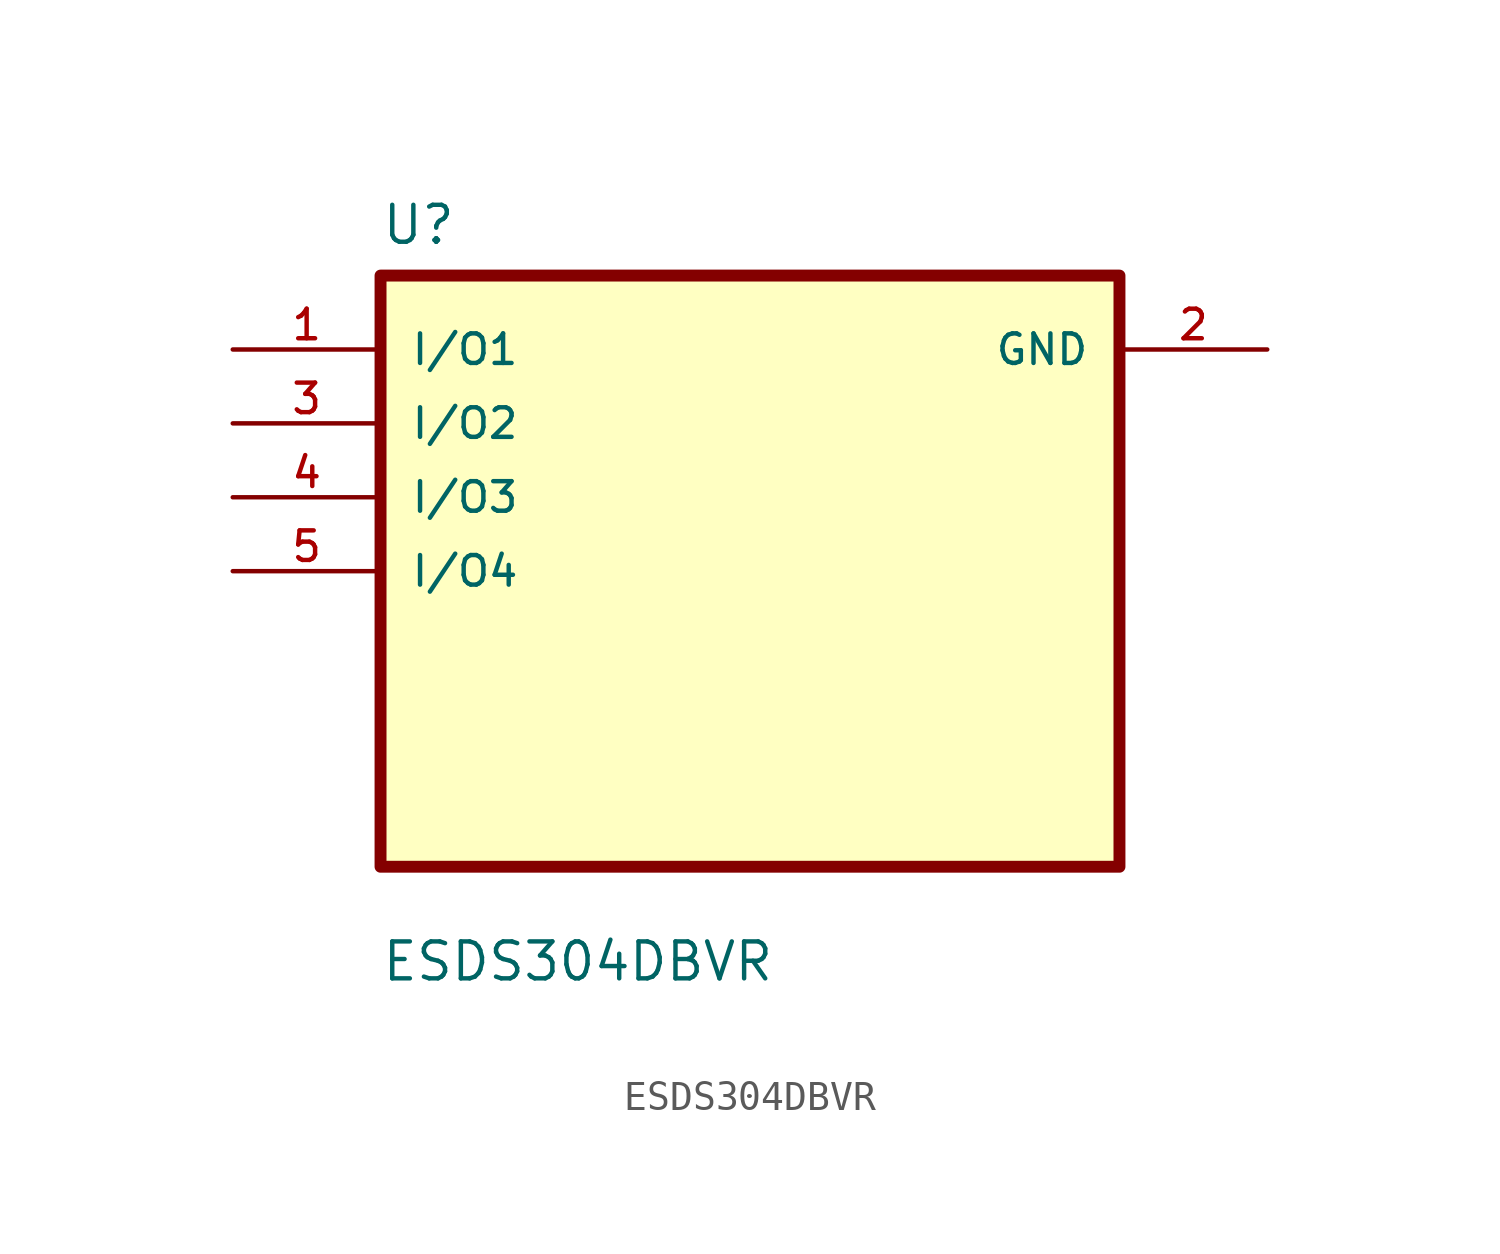
<source format=kicad_sym>
(kicad_symbol_lib
  (version 20211014)
  (generator kicad_symbol_editor)
  (symbol "ESDS304DBVR"
    (pin_names
      (offset 1.016))
    (property "Reference" "U"
      (at -12.7 11.16 0.0)
      (effects (font (size 1.27 1.27)) (justify bottom left)))
    (property "Value" "ESDS304DBVR"
      (at -12.7 -14.16 0.0)
      (effects (font (size 1.27 1.27)) (justify bottom left)))
    (symbol "ESDS304DBVR_0_0"
      (rectangle (start -12.7 -10.16) (end 12.7 10.16) (stroke (width 0.41)) (fill (type background)))
      (pin bidirectional line (at -17.78 7.62 0) (length 5.08) (name "I/O1" (effects (font (size 1.016 1.016)))) (number "1" (effects (font (size 1.016 1.016)))))
      (pin bidirectional line (at -17.78 5.08 0) (length 5.08) (name "I/O2" (effects (font (size 1.016 1.016)))) (number "3" (effects (font (size 1.016 1.016)))))
      (pin bidirectional line (at -17.78 2.54 0) (length 5.08) (name "I/O3" (effects (font (size 1.016 1.016)))) (number "4" (effects (font (size 1.016 1.016)))))
      (pin bidirectional line (at -17.78 0.0 0) (length 5.08) (name "I/O4" (effects (font (size 1.016 1.016)))) (number "5" (effects (font (size 1.016 1.016)))))
      (pin power_in line (at 17.78 7.62 180.0) (length 5.08) (name "GND" (effects (font (size 1.016 1.016)))) (number "2" (effects (font (size 1.016 1.016))))))))
</source>
